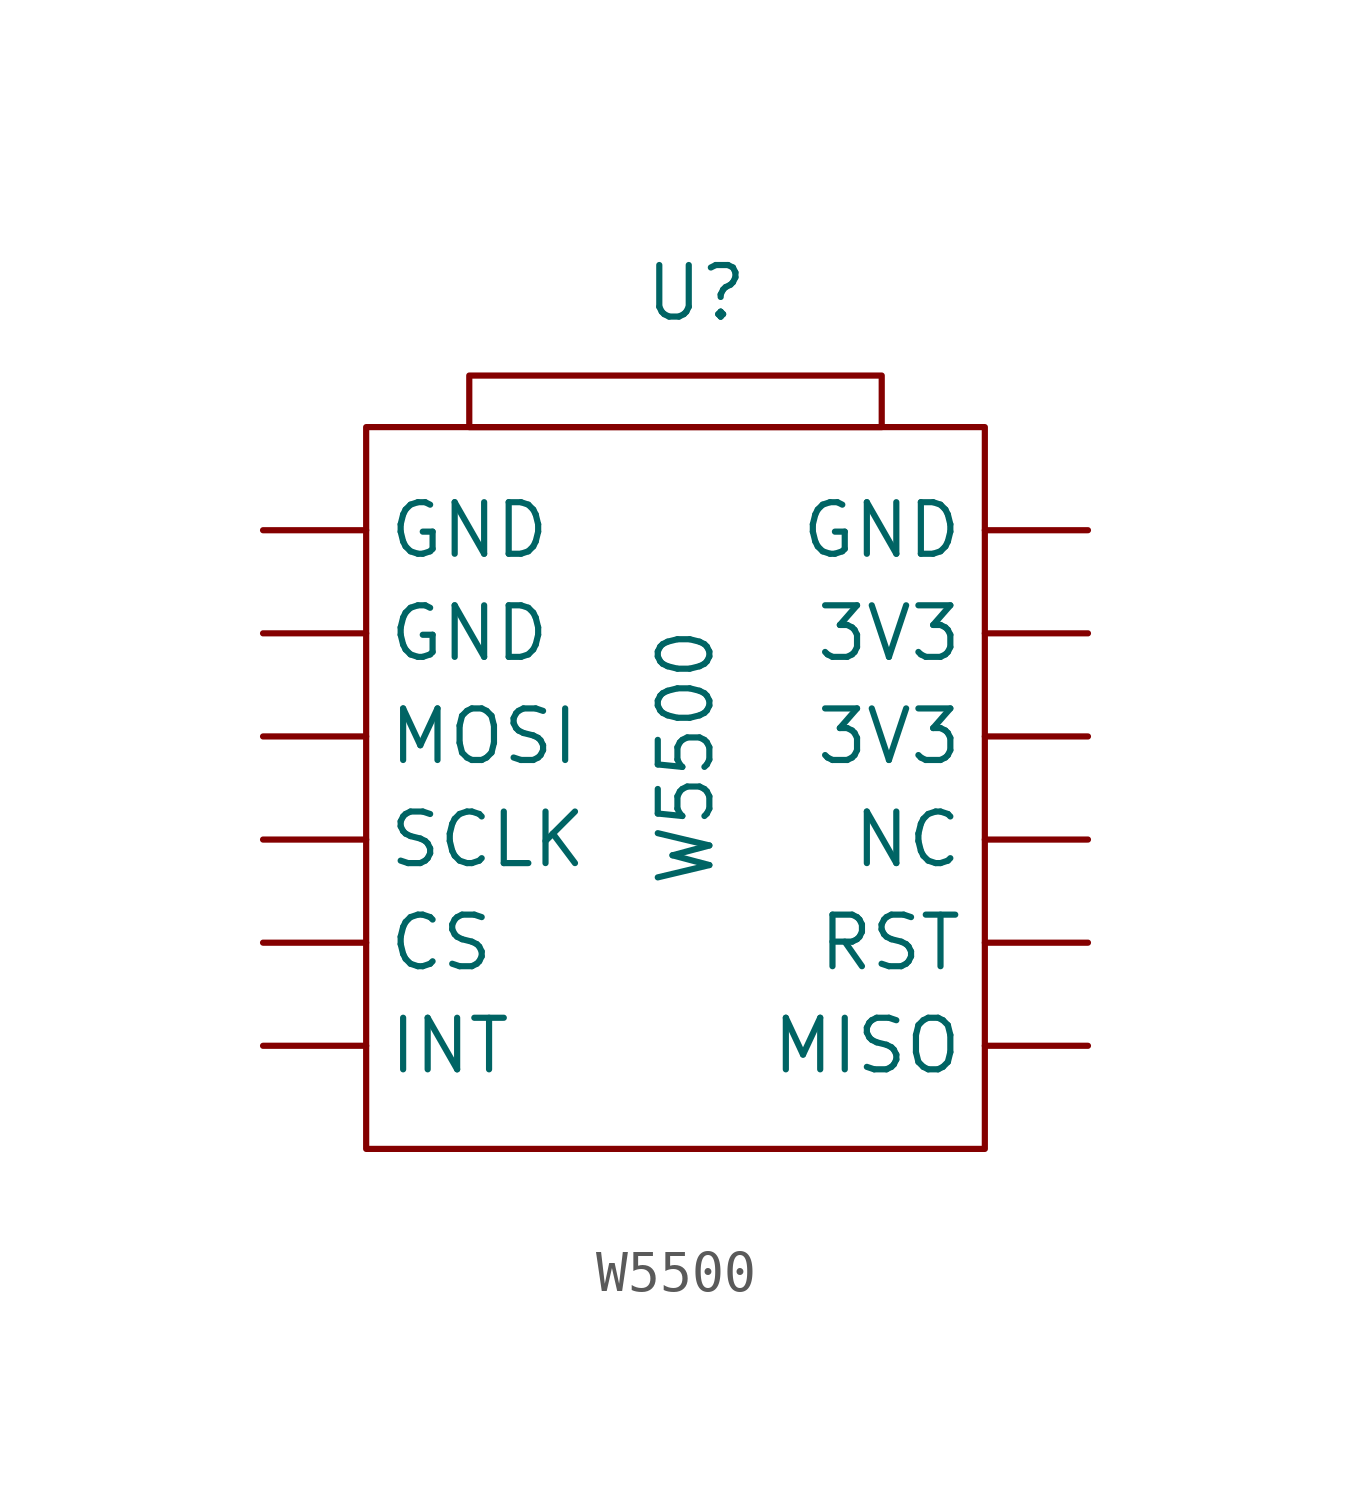
<source format=kicad_sym>
(kicad_symbol_lib
  (version 20241209)
  (generator "kicad_symbol_editor")
  (generator_version "9.0")
  (symbol "W5500"
    (property "Reference" "U"
      (at 0.508 3.302 0)
      (effects (font (size 1.27 1.27))))
    (property "Value" "W5500"
      (at 0.254 -8.128 90)
      (effects (font (size 1.27 1.27))))
    (symbol "W5500_0_1"
      (rectangle (start -7.62 0) (end 7.62 -17.78) (stroke (width 0) (type default)) (fill (type none)))
      (rectangle (start -5.08 1.27) (end 5.08 0) (stroke (width 0) (type default)) (fill (type none))))
    (symbol "W5500_1_1"
      (pin power_in line (at -10.16 -2.54 0) (length 2.54) (name "GND" (effects (font (size 1.27 1.27)))) (number "" (effects (font (size 1.27 1.27)))))
      (pin power_in line (at -10.16 -5.08 0) (length 2.54) (name "GND" (effects (font (size 1.27 1.27)))) (number "" (effects (font (size 1.27 1.27)))))
      (pin input line (at -10.16 -7.62 0) (length 2.54) (name "MOSI" (effects (font (size 1.27 1.27)))) (number "" (effects (font (size 1.27 1.27)))))
      (pin input line (at -10.16 -10.16 0) (length 2.54) (name "SCLK" (effects (font (size 1.27 1.27)))) (number "" (effects (font (size 1.27 1.27)))))
      (pin input line (at -10.16 -12.7 0) (length 2.54) (name "CS" (effects (font (size 1.27 1.27)))) (number "" (effects (font (size 1.27 1.27)))))
      (pin input line (at -10.16 -15.24 0) (length 2.54) (name "INT" (effects (font (size 1.27 1.27)))) (number "" (effects (font (size 1.27 1.27)))))
      (pin power_in line (at 10.16 -2.54 180) (length 2.54) (name "GND" (effects (font (size 1.27 1.27)))) (number "" (effects (font (size 1.27 1.27)))))
      (pin power_in line (at 10.16 -5.08 180) (length 2.54) (name "3V3" (effects (font (size 1.27 1.27)))) (number "" (effects (font (size 1.27 1.27)))))
      (pin power_in line (at 10.16 -7.62 180) (length 2.54) (name "3V3" (effects (font (size 1.27 1.27)))) (number "" (effects (font (size 1.27 1.27)))))
      (pin input line (at 10.16 -10.16 180) (length 2.54) (name "NC" (effects (font (size 1.27 1.27)))) (number "" (effects (font (size 1.27 1.27)))))
      (pin input line (at 10.16 -12.7 180) (length 2.54) (name "RST" (effects (font (size 1.27 1.27)))) (number "" (effects (font (size 1.27 1.27)))))
      (pin input line (at 10.16 -15.24 180) (length 2.54) (name "MISO" (effects (font (size 1.27 1.27)))) (number "" (effects (font (size 1.27 1.27))))))))
</source>
